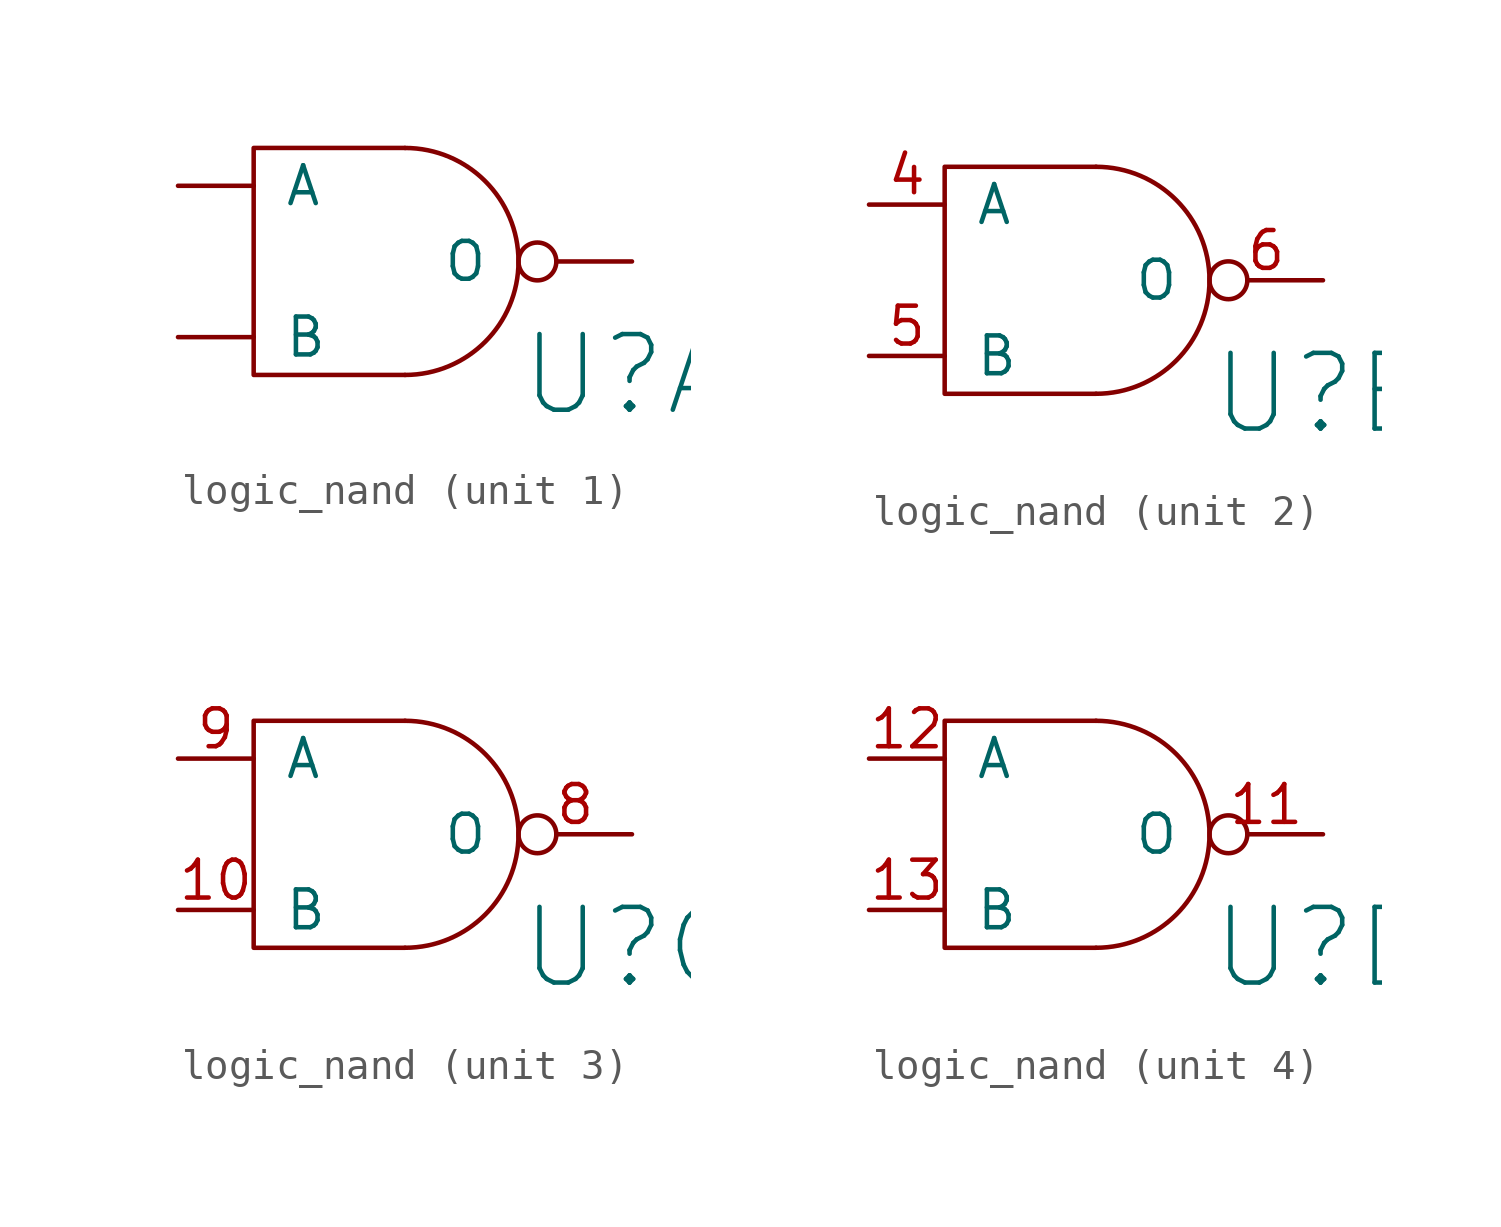
<source format=kicad_sym>
(kicad_symbol_lib
  (version 20211014)
  (generator kicad_symbol_editor)
  (symbol "logic_nand"
    (pin_names
      (offset 1.016))
    (property "Reference" "U"
      (at 11.43 -6.35 0)
      (effects (font (size 2.54 2.54)) (justify left)))
    (symbol "logic_nand_0_1"
      (polyline (pts (xy 7.62 1.27) (xy 2.54 1.27) (xy 2.54 -6.35) (xy 7.62 -6.35)) (stroke (width 0) (type default) (color 0 0 0 0)) (fill (type none)))
      (arc (start 7.62 -6.35) (mid 11.43 -2.54) (end 7.62 1.27) (stroke (width 0) (type default) (color 0 0 0 0)) (fill (type none))))
    (symbol "logic_nand_1_1"
      (pin input line (at 0 0 0) (length 2.54) (name "A" (effects (font (size 1.27 1.27)))) (number "~" (effects (font (size 1.27 1.27)))))
      (pin input line (at 0 -5.08 0) (length 2.54) (name "B" (effects (font (size 1.27 1.27)))) (number "~" (effects (font (size 1.27 1.27)))))
      (pin output inverted (at 15.24 -2.54 180) (length 3.81) (name "O" (effects (font (size 1.27 1.27)))) (number "~" (effects (font (size 1.27 1.27))))))
    (symbol "logic_nand_2_1"
      (pin input line (at 0 0 0) (length 2.54) (name "A" (effects (font (size 1.27 1.27)))) (number "4" (effects (font (size 1.27 1.27)))))
      (pin input line (at 0 -5.08 0) (length 2.54) (name "B" (effects (font (size 1.27 1.27)))) (number "5" (effects (font (size 1.27 1.27)))))
      (pin output inverted (at 15.24 -2.54 180) (length 3.81) (name "O" (effects (font (size 1.27 1.27)))) (number "6" (effects (font (size 1.27 1.27))))))
    (symbol "logic_nand_3_1"
      (pin input line (at 0 -5.08 0) (length 2.54) (name "B" (effects (font (size 1.27 1.27)))) (number "10" (effects (font (size 1.27 1.27)))))
      (pin output inverted (at 15.24 -2.54 180) (length 3.81) (name "O" (effects (font (size 1.27 1.27)))) (number "8" (effects (font (size 1.27 1.27)))))
      (pin input line (at 0 0 0) (length 2.54) (name "A" (effects (font (size 1.27 1.27)))) (number "9" (effects (font (size 1.27 1.27))))))
    (symbol "logic_nand_4_1"
      (pin output inverted (at 15.24 -2.54 180) (length 3.81) (name "O" (effects (font (size 1.27 1.27)))) (number "11" (effects (font (size 1.27 1.27)))))
      (pin input line (at 0 0 0) (length 2.54) (name "A" (effects (font (size 1.27 1.27)))) (number "12" (effects (font (size 1.27 1.27)))))
      (pin input line (at 0 -5.08 0) (length 2.54) (name "B" (effects (font (size 1.27 1.27)))) (number "13" (effects (font (size 1.27 1.27))))))))
</source>
